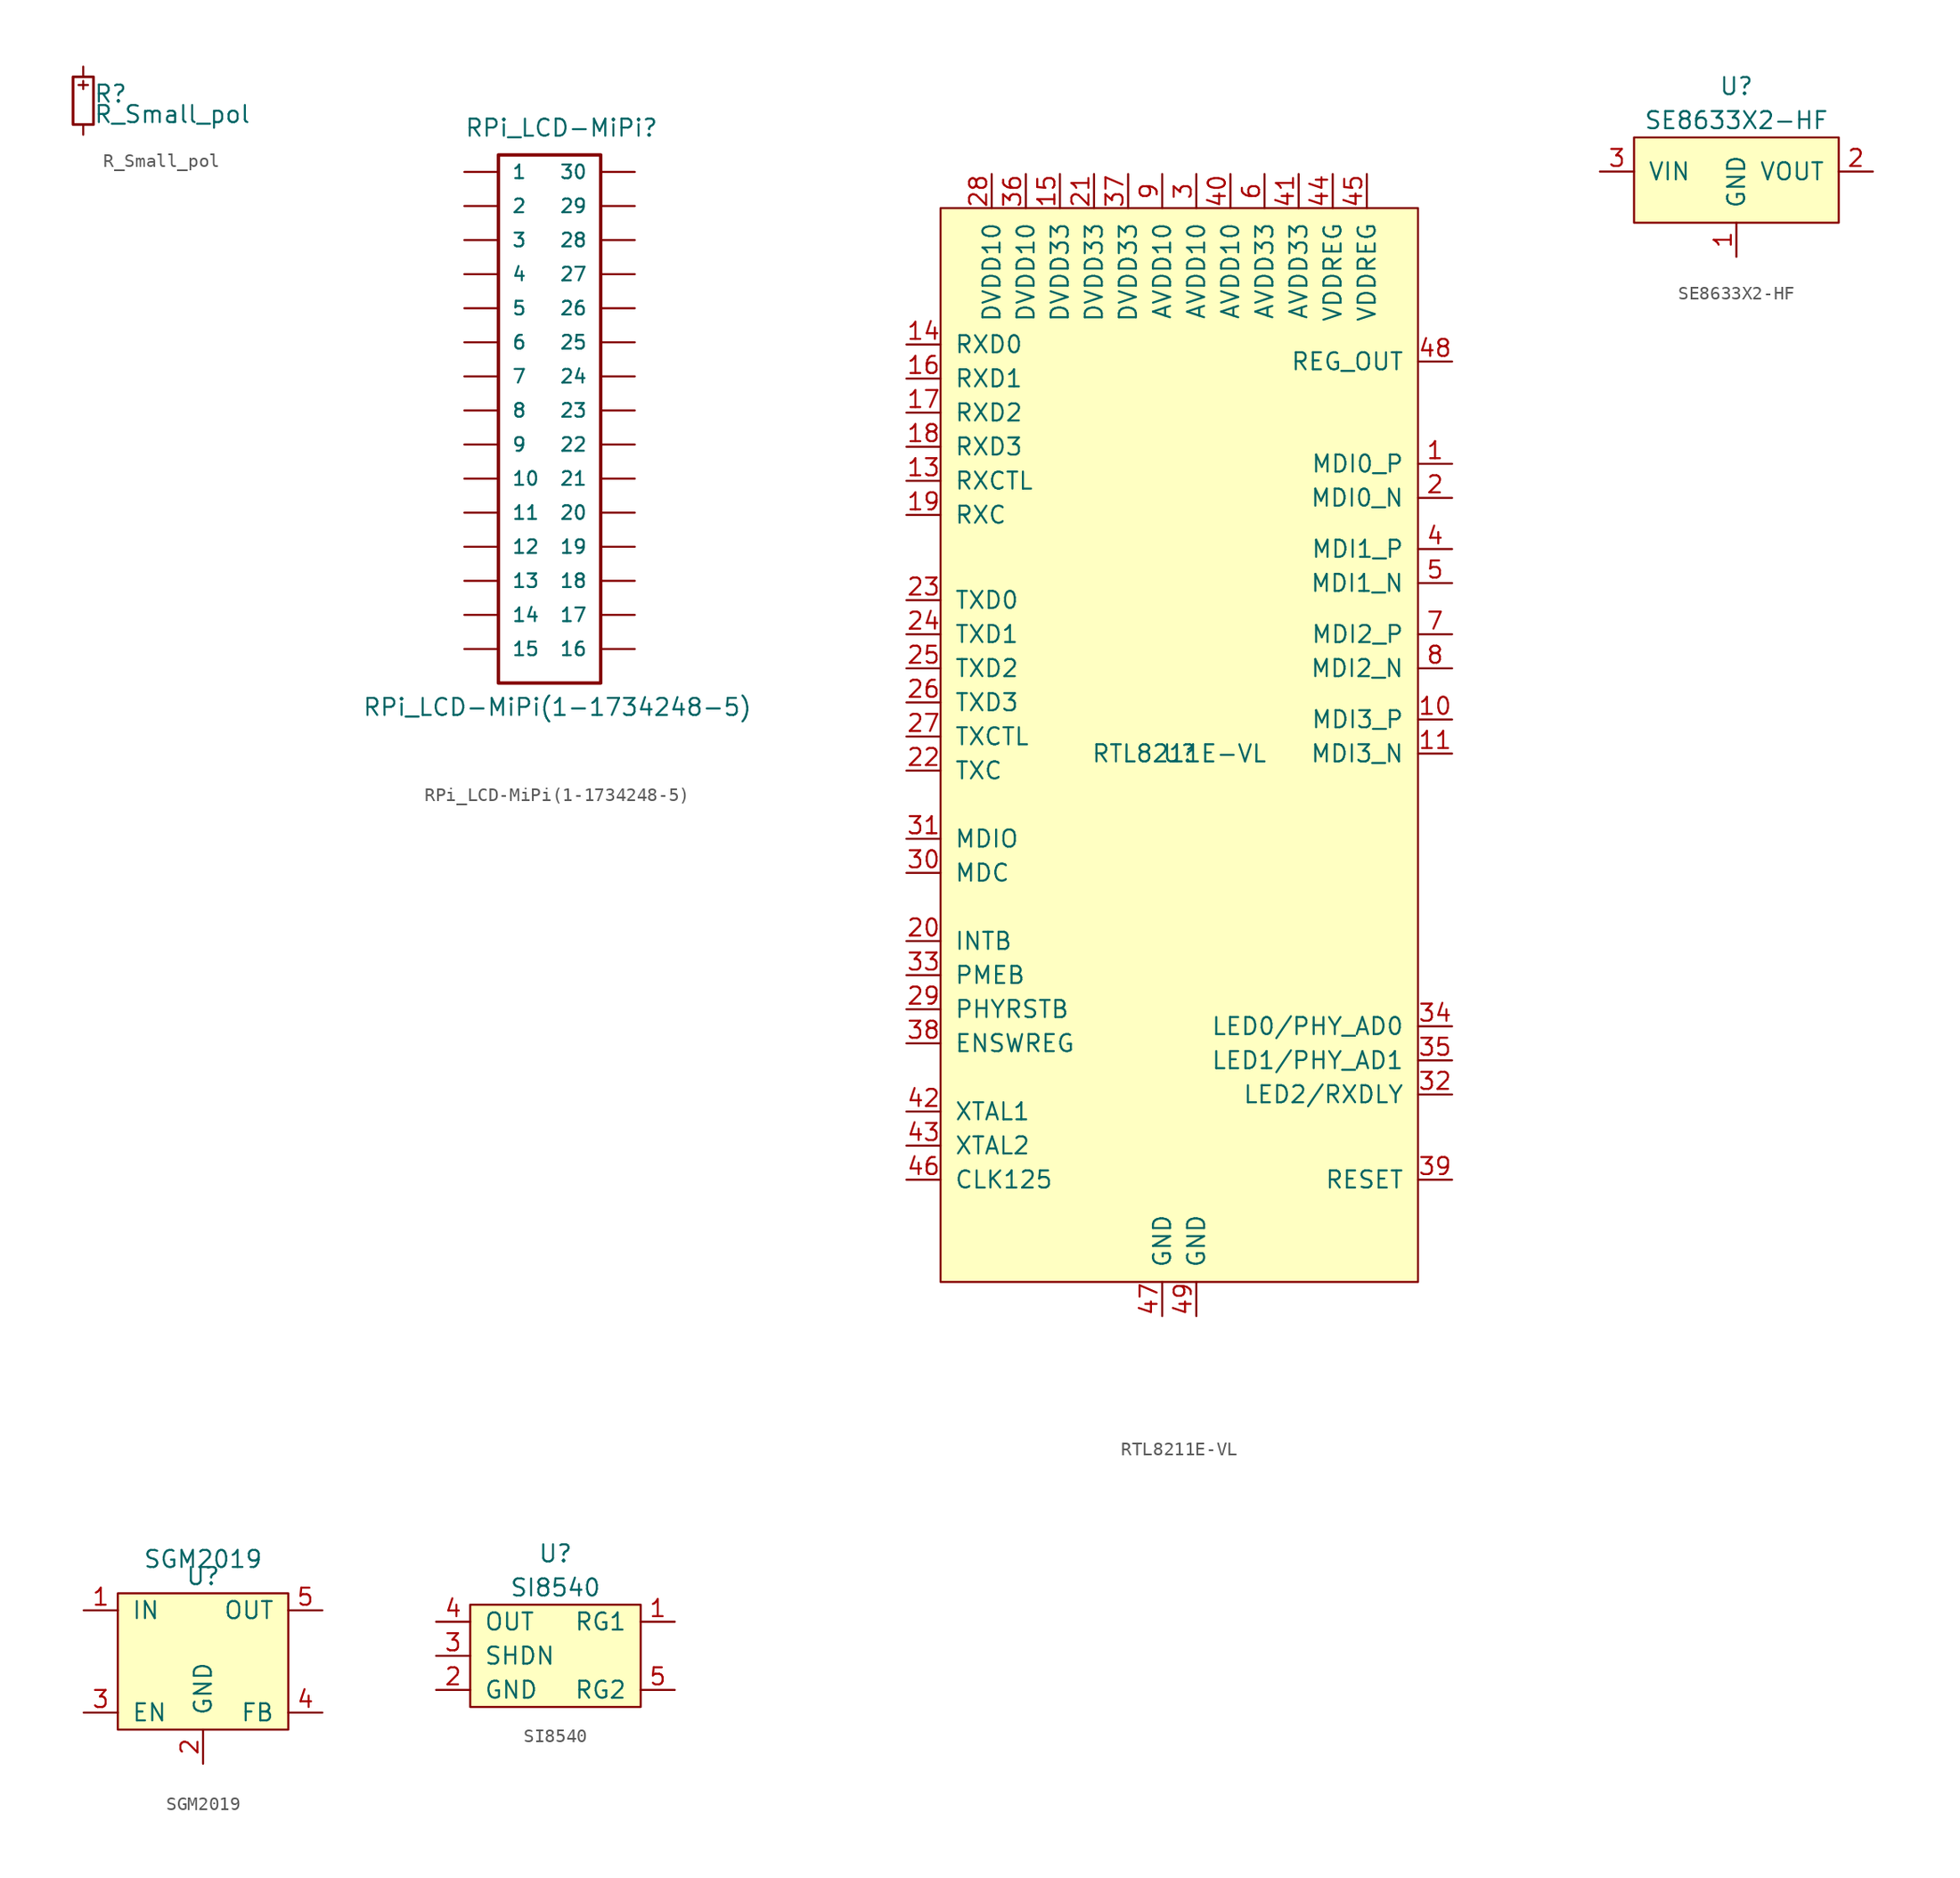
<source format=kicad_sym>
(kicad_symbol_lib
  (version 20211014)
  (generator kicad_symbol_editor)
  (symbol "R_Small_pol"
    (pin_numbers hide)
    (pin_names
      (offset 0.254) hide)
    (property "Reference" "R"
      (at 0.762 0.508 0)
      (effects (font (size 1.27 1.27)) (justify left)))
    (property "Value" "R_Small_pol"
      (at 0.762 -1.016 0)
      (effects (font (size 1.27 1.27)) (justify left)))
    (symbol "R_Small_pol_0_1"
      (rectangle (start -0.762 1.778) (end 0.762 -1.778) (stroke (width 0.203) (type default) (color 0 0 0 0)) (fill (type none)))
      (polyline (pts (xy -0.356 1.168) (xy 0.356 1.168)) (stroke (width 0) (type default) (color 0 0 0 0)) (fill (type none)))
      (polyline (pts (xy 0 1.473) (xy 0 0.864)) (stroke (width 0) (type default) (color 0 0 0 0)) (fill (type none))))
    (symbol "R_Small_pol_1_1"
      (pin passive line (at 0 2.54 270) (length 0.762) (name "~" (effects (font (size 1.27 1.27)))) (number "1" (effects (font (size 1.27 1.27)))))
      (pin passive line (at 0 -2.54 90) (length 0.762) (name "~" (effects (font (size 1.27 1.27)))) (number "2" (effects (font (size 1.27 1.27)))))))
  (symbol "RPi_LCD-MiPi(1-1734248-5)"
    (pin_numbers hide)
    (pin_names
      (offset 1.016))
    (property "Reference" "RPi_LCD-MiPi"
      (at -7.62 20.32 0)
      (effects (font (size 1.27 1.27)) (justify left bottom)))
    (property "Value" "RPi_LCD-MiPi(1-1734248-5)"
      (at -15.24 -22.86 0)
      (effects (font (size 1.27 1.27)) (justify left bottom)))
    (property "Datasheet" ""
      (at 0 -5.08 0)
      (effects (font (size 1.524 1.524))))
    (symbol "RPi_LCD-MiPi(1-1734248-5)_1_0"
      (rectangle (start -5.08 19.05) (end 2.54 -20.32) (stroke (width 0.254) (type default) (color 0 0 0 0)) (fill (type none))))
    (symbol "RPi_LCD-MiPi(1-1734248-5)_1_1"
      (pin passive line (at -7.62 17.78 0) (length 2.489) (name "1" (effects (font (size 1.016 1.016)))) (number "1" (effects (font (size 1.016 1.016)))))
      (pin passive line (at -7.62 -5.08 0) (length 2.489) (name "10" (effects (font (size 1.016 1.016)))) (number "10" (effects (font (size 1.016 1.016)))))
      (pin passive line (at -7.62 -7.62 0) (length 2.489) (name "11" (effects (font (size 1.016 1.016)))) (number "11" (effects (font (size 1.016 1.016)))))
      (pin passive line (at -7.62 -10.16 0) (length 2.489) (name "12" (effects (font (size 1.016 1.016)))) (number "12" (effects (font (size 1.016 1.016)))))
      (pin passive line (at -7.62 -12.7 0) (length 2.489) (name "13" (effects (font (size 1.016 1.016)))) (number "13" (effects (font (size 1.016 1.016)))))
      (pin passive line (at -7.62 -15.24 0) (length 2.489) (name "14" (effects (font (size 1.016 1.016)))) (number "14" (effects (font (size 1.016 1.016)))))
      (pin passive line (at -7.62 -17.78 0) (length 2.489) (name "15" (effects (font (size 1.016 1.016)))) (number "15" (effects (font (size 1.016 1.016)))))
      (pin passive line (at 5.08 -17.78 180) (length 2.489) (name "16" (effects (font (size 1.016 1.016)))) (number "16" (effects (font (size 1.016 1.016)))))
      (pin passive line (at 5.08 -15.24 180) (length 2.489) (name "17" (effects (font (size 1.016 1.016)))) (number "17" (effects (font (size 1.016 1.016)))))
      (pin passive line (at 5.08 -12.7 180) (length 2.489) (name "18" (effects (font (size 1.016 1.016)))) (number "18" (effects (font (size 1.016 1.016)))))
      (pin passive line (at 5.08 -10.16 180) (length 2.489) (name "19" (effects (font (size 1.016 1.016)))) (number "19" (effects (font (size 1.016 1.016)))))
      (pin passive line (at -7.62 15.24 0) (length 2.489) (name "2" (effects (font (size 1.016 1.016)))) (number "2" (effects (font (size 1.016 1.016)))))
      (pin passive line (at 5.08 -7.62 180) (length 2.489) (name "20" (effects (font (size 1.016 1.016)))) (number "20" (effects (font (size 1.016 1.016)))))
      (pin passive line (at 5.08 -5.08 180) (length 2.489) (name "21" (effects (font (size 1.016 1.016)))) (number "21" (effects (font (size 1.016 1.016)))))
      (pin passive line (at 5.08 -2.54 180) (length 2.489) (name "22" (effects (font (size 1.016 1.016)))) (number "22" (effects (font (size 1.016 1.016)))))
      (pin passive line (at 5.08 0 180) (length 2.489) (name "23" (effects (font (size 1.016 1.016)))) (number "23" (effects (font (size 1.016 1.016)))))
      (pin passive line (at 5.08 2.54 180) (length 2.489) (name "24" (effects (font (size 1.016 1.016)))) (number "24" (effects (font (size 1.016 1.016)))))
      (pin passive line (at 5.08 5.08 180) (length 2.489) (name "25" (effects (font (size 1.016 1.016)))) (number "25" (effects (font (size 1.016 1.016)))))
      (pin passive line (at 5.08 7.62 180) (length 2.489) (name "26" (effects (font (size 1.016 1.016)))) (number "26" (effects (font (size 1.016 1.016)))))
      (pin passive line (at 5.08 10.16 180) (length 2.489) (name "27" (effects (font (size 1.016 1.016)))) (number "27" (effects (font (size 1.016 1.016)))))
      (pin passive line (at 5.08 12.7 180) (length 2.489) (name "28" (effects (font (size 1.016 1.016)))) (number "28" (effects (font (size 1.016 1.016)))))
      (pin passive line (at 5.08 15.24 180) (length 2.489) (name "29" (effects (font (size 1.016 1.016)))) (number "29" (effects (font (size 1.016 1.016)))))
      (pin passive line (at -7.62 12.7 0) (length 2.489) (name "3" (effects (font (size 1.016 1.016)))) (number "3" (effects (font (size 1.016 1.016)))))
      (pin passive line (at 5.08 17.78 180) (length 2.489) (name "30" (effects (font (size 1.016 1.016)))) (number "30" (effects (font (size 1.016 1.016)))))
      (pin passive line (at -7.62 10.16 0) (length 2.489) (name "4" (effects (font (size 1.016 1.016)))) (number "4" (effects (font (size 1.016 1.016)))))
      (pin passive line (at -7.62 7.62 0) (length 2.489) (name "5" (effects (font (size 1.016 1.016)))) (number "5" (effects (font (size 1.016 1.016)))))
      (pin passive line (at -7.62 5.08 0) (length 2.489) (name "6" (effects (font (size 1.016 1.016)))) (number "6" (effects (font (size 1.016 1.016)))))
      (pin passive line (at -7.62 2.54 0) (length 2.489) (name "7" (effects (font (size 1.016 1.016)))) (number "7" (effects (font (size 1.016 1.016)))))
      (pin passive line (at -7.62 0 0) (length 2.489) (name "8" (effects (font (size 1.016 1.016)))) (number "8" (effects (font (size 1.016 1.016)))))
      (pin passive line (at -7.62 -2.54 0) (length 2.489) (name "9" (effects (font (size 1.016 1.016)))) (number "9" (effects (font (size 1.016 1.016)))))))
  (symbol "RTL8211E-VL"
    (pin_names
      (offset 1.016))
    (property "Reference" "U"
      (at 0 0 0)
      (effects (font (size 1.27 1.27))))
    (property "Value" "RTL8211E-VL"
      (at 0 0 0)
      (effects (font (size 1.27 1.27))))
    (symbol "RTL8211E-VL_0_1"
      (rectangle (start -17.78 40.64) (end 17.78 -39.37) (stroke (width 0) (type default) (color 0 0 0 0)) (fill (type background))))
    (symbol "RTL8211E-VL_1_1"
      (pin input line (at 20.32 21.59 180) (length 2.54) (name "MDI0_P" (effects (font (size 1.27 1.27)))) (number "1" (effects (font (size 1.27 1.27)))))
      (pin input line (at 20.32 2.54 180) (length 2.54) (name "MDI3_P" (effects (font (size 1.27 1.27)))) (number "10" (effects (font (size 1.27 1.27)))))
      (pin input line (at 20.32 0 180) (length 2.54) (name "MDI3_N" (effects (font (size 1.27 1.27)))) (number "11" (effects (font (size 1.27 1.27)))))
      (pin input line (at -20.32 20.32 0) (length 2.54) (name "RXCTL" (effects (font (size 1.27 1.27)))) (number "13" (effects (font (size 1.27 1.27)))))
      (pin input line (at -20.32 30.48 0) (length 2.54) (name "RXD0" (effects (font (size 1.27 1.27)))) (number "14" (effects (font (size 1.27 1.27)))))
      (pin input line (at -8.89 43.18 270) (length 2.54) (name "DVDD33" (effects (font (size 1.27 1.27)))) (number "15" (effects (font (size 1.27 1.27)))))
      (pin input line (at -20.32 27.94 0) (length 2.54) (name "RXD1" (effects (font (size 1.27 1.27)))) (number "16" (effects (font (size 1.27 1.27)))))
      (pin input line (at -20.32 25.4 0) (length 2.54) (name "RXD2" (effects (font (size 1.27 1.27)))) (number "17" (effects (font (size 1.27 1.27)))))
      (pin input line (at -20.32 22.86 0) (length 2.54) (name "RXD3" (effects (font (size 1.27 1.27)))) (number "18" (effects (font (size 1.27 1.27)))))
      (pin input line (at -20.32 17.78 0) (length 2.54) (name "RXC" (effects (font (size 1.27 1.27)))) (number "19" (effects (font (size 1.27 1.27)))))
      (pin input line (at 20.32 19.05 180) (length 2.54) (name "MDI0_N" (effects (font (size 1.27 1.27)))) (number "2" (effects (font (size 1.27 1.27)))))
      (pin input line (at -20.32 -13.97 0) (length 2.54) (name "INTB" (effects (font (size 1.27 1.27)))) (number "20" (effects (font (size 1.27 1.27)))))
      (pin input line (at -6.35 43.18 270) (length 2.54) (name "DVDD33" (effects (font (size 1.27 1.27)))) (number "21" (effects (font (size 1.27 1.27)))))
      (pin input line (at -20.32 -1.27 0) (length 2.54) (name "TXC" (effects (font (size 1.27 1.27)))) (number "22" (effects (font (size 1.27 1.27)))))
      (pin input line (at -20.32 11.43 0) (length 2.54) (name "TXD0" (effects (font (size 1.27 1.27)))) (number "23" (effects (font (size 1.27 1.27)))))
      (pin input line (at -20.32 8.89 0) (length 2.54) (name "TXD1" (effects (font (size 1.27 1.27)))) (number "24" (effects (font (size 1.27 1.27)))))
      (pin input line (at -20.32 6.35 0) (length 2.54) (name "TXD2" (effects (font (size 1.27 1.27)))) (number "25" (effects (font (size 1.27 1.27)))))
      (pin input line (at -20.32 3.81 0) (length 2.54) (name "TXD3" (effects (font (size 1.27 1.27)))) (number "26" (effects (font (size 1.27 1.27)))))
      (pin input line (at -20.32 1.27 0) (length 2.54) (name "TXCTL" (effects (font (size 1.27 1.27)))) (number "27" (effects (font (size 1.27 1.27)))))
      (pin input line (at -13.97 43.18 270) (length 2.54) (name "DVDD10" (effects (font (size 1.27 1.27)))) (number "28" (effects (font (size 1.27 1.27)))))
      (pin input line (at -20.32 -19.05 0) (length 2.54) (name "PHYRSTB" (effects (font (size 1.27 1.27)))) (number "29" (effects (font (size 1.27 1.27)))))
      (pin input line (at 1.27 43.18 270) (length 2.54) (name "AVDD10" (effects (font (size 1.27 1.27)))) (number "3" (effects (font (size 1.27 1.27)))))
      (pin input line (at -20.32 -8.89 0) (length 2.54) (name "MDC" (effects (font (size 1.27 1.27)))) (number "30" (effects (font (size 1.27 1.27)))))
      (pin input line (at -20.32 -6.35 0) (length 2.54) (name "MDIO" (effects (font (size 1.27 1.27)))) (number "31" (effects (font (size 1.27 1.27)))))
      (pin input line (at 20.32 -25.4 180) (length 2.54) (name "LED2/RXDLY" (effects (font (size 1.27 1.27)))) (number "32" (effects (font (size 1.27 1.27)))))
      (pin input line (at -20.32 -16.51 0) (length 2.54) (name "PMEB" (effects (font (size 1.27 1.27)))) (number "33" (effects (font (size 1.27 1.27)))))
      (pin input line (at 20.32 -20.32 180) (length 2.54) (name "LED0/PHY_AD0" (effects (font (size 1.27 1.27)))) (number "34" (effects (font (size 1.27 1.27)))))
      (pin input line (at 20.32 -22.86 180) (length 2.54) (name "LED1/PHY_AD1" (effects (font (size 1.27 1.27)))) (number "35" (effects (font (size 1.27 1.27)))))
      (pin input line (at -11.43 43.18 270) (length 2.54) (name "DVDD10" (effects (font (size 1.27 1.27)))) (number "36" (effects (font (size 1.27 1.27)))))
      (pin input line (at -3.81 43.18 270) (length 2.54) (name "DVDD33" (effects (font (size 1.27 1.27)))) (number "37" (effects (font (size 1.27 1.27)))))
      (pin input line (at -20.32 -21.59 0) (length 2.54) (name "ENSWREG" (effects (font (size 1.27 1.27)))) (number "38" (effects (font (size 1.27 1.27)))))
      (pin input line (at 20.32 -31.75 180) (length 2.54) (name "RESET" (effects (font (size 1.27 1.27)))) (number "39" (effects (font (size 1.27 1.27)))))
      (pin input line (at 20.32 15.24 180) (length 2.54) (name "MDI1_P" (effects (font (size 1.27 1.27)))) (number "4" (effects (font (size 1.27 1.27)))))
      (pin input line (at 3.81 43.18 270) (length 2.54) (name "AVDD10" (effects (font (size 1.27 1.27)))) (number "40" (effects (font (size 1.27 1.27)))))
      (pin input line (at 8.89 43.18 270) (length 2.54) (name "AVDD33" (effects (font (size 1.27 1.27)))) (number "41" (effects (font (size 1.27 1.27)))))
      (pin input line (at -20.32 -26.67 0) (length 2.54) (name "XTAL1" (effects (font (size 1.27 1.27)))) (number "42" (effects (font (size 1.27 1.27)))))
      (pin input line (at -20.32 -29.21 0) (length 2.54) (name "XTAL2" (effects (font (size 1.27 1.27)))) (number "43" (effects (font (size 1.27 1.27)))))
      (pin input line (at 11.43 43.18 270) (length 2.54) (name "VDDREG" (effects (font (size 1.27 1.27)))) (number "44" (effects (font (size 1.27 1.27)))))
      (pin input line (at 13.97 43.18 270) (length 2.54) (name "VDDREG" (effects (font (size 1.27 1.27)))) (number "45" (effects (font (size 1.27 1.27)))))
      (pin input line (at -20.32 -31.75 0) (length 2.54) (name "CLK125" (effects (font (size 1.27 1.27)))) (number "46" (effects (font (size 1.27 1.27)))))
      (pin input line (at -1.27 -41.91 90) (length 2.54) (name "GND" (effects (font (size 1.27 1.27)))) (number "47" (effects (font (size 1.27 1.27)))))
      (pin input line (at 20.32 29.21 180) (length 2.54) (name "REG_OUT" (effects (font (size 1.27 1.27)))) (number "48" (effects (font (size 1.27 1.27)))))
      (pin input line (at 1.27 -41.91 90) (length 2.54) (name "GND" (effects (font (size 1.27 1.27)))) (number "49" (effects (font (size 1.27 1.27)))))
      (pin input line (at 20.32 12.7 180) (length 2.54) (name "MDI1_N" (effects (font (size 1.27 1.27)))) (number "5" (effects (font (size 1.27 1.27)))))
      (pin input line (at 6.35 43.18 270) (length 2.54) (name "AVDD33" (effects (font (size 1.27 1.27)))) (number "6" (effects (font (size 1.27 1.27)))))
      (pin input line (at 20.32 8.89 180) (length 2.54) (name "MDI2_P" (effects (font (size 1.27 1.27)))) (number "7" (effects (font (size 1.27 1.27)))))
      (pin input line (at 20.32 6.35 180) (length 2.54) (name "MDI2_N" (effects (font (size 1.27 1.27)))) (number "8" (effects (font (size 1.27 1.27)))))
      (pin input line (at -1.27 43.18 270) (length 2.54) (name "AVDD10" (effects (font (size 1.27 1.27)))) (number "9" (effects (font (size 1.27 1.27)))))))
  (symbol "SE8633X2-HF"
    (pin_names
      (offset 1.016))
    (property "Reference" "U"
      (at 0 6.35 0)
      (effects (font (size 1.27 1.27))))
    (property "Value" "SE8633X2-HF"
      (at 0 3.81 0)
      (effects (font (size 1.27 1.27))))
    (symbol "SE8633X2-HF_0_1"
      (rectangle (start -7.62 2.54) (end 7.62 -3.81) (stroke (width 0) (type default) (color 0 0 0 0)) (fill (type background))))
    (symbol "SE8633X2-HF_1_1"
      (pin input line (at 0 -6.35 90) (length 2.54) (name "GND" (effects (font (size 1.27 1.27)))) (number "1" (effects (font (size 1.27 1.27)))))
      (pin input line (at 10.16 0 180) (length 2.54) (name "VOUT" (effects (font (size 1.27 1.27)))) (number "2" (effects (font (size 1.27 1.27)))))
      (pin input line (at -10.16 0 0) (length 2.54) (name "VIN" (effects (font (size 1.27 1.27)))) (number "3" (effects (font (size 1.27 1.27)))))))
  (symbol "SGM2019"
    (pin_names
      (offset 1.016))
    (property "Reference" "U"
      (at 0 6.35 0)
      (effects (font (size 1.27 1.27))))
    (property "Value" "SGM2019"
      (at 0 7.62 0)
      (effects (font (size 1.27 1.27))))
    (symbol "SGM2019_0_1"
      (rectangle (start -6.35 5.08) (end 6.35 -5.08) (stroke (width 0) (type default) (color 0 0 0 0)) (fill (type background))))
    (symbol "SGM2019_1_1"
      (pin input line (at -8.89 3.81 0) (length 2.54) (name "IN" (effects (font (size 1.27 1.27)))) (number "1" (effects (font (size 1.27 1.27)))))
      (pin input line (at 0 -7.62 90) (length 2.54) (name "GND" (effects (font (size 1.27 1.27)))) (number "2" (effects (font (size 1.27 1.27)))))
      (pin input line (at -8.89 -3.81 0) (length 2.54) (name "EN" (effects (font (size 1.27 1.27)))) (number "3" (effects (font (size 1.27 1.27)))))
      (pin input line (at 8.89 -3.81 180) (length 2.54) (name "FB" (effects (font (size 1.27 1.27)))) (number "4" (effects (font (size 1.27 1.27)))))
      (pin input line (at 8.89 3.81 180) (length 2.54) (name "OUT" (effects (font (size 1.27 1.27)))) (number "5" (effects (font (size 1.27 1.27)))))))
  (symbol "SI8540"
    (pin_names
      (offset 1.016))
    (property "Reference" "U"
      (at 0 7.62 0)
      (effects (font (size 1.27 1.27))))
    (property "Value" "SI8540"
      (at 0 5.08 0)
      (effects (font (size 1.27 1.27))))
    (symbol "SI8540_0_1"
      (rectangle (start -6.35 3.81) (end 6.35 -3.81) (stroke (width 0) (type default) (color 0 0 0 0)) (fill (type background))))
    (symbol "SI8540_1_1"
      (pin input line (at 8.89 2.54 180) (length 2.54) (name "RG1" (effects (font (size 1.27 1.27)))) (number "1" (effects (font (size 1.27 1.27)))))
      (pin input line (at -8.89 -2.54 0) (length 2.54) (name "GND" (effects (font (size 1.27 1.27)))) (number "2" (effects (font (size 1.27 1.27)))))
      (pin input line (at -8.89 0 0) (length 2.54) (name "SHDN" (effects (font (size 1.27 1.27)))) (number "3" (effects (font (size 1.27 1.27)))))
      (pin input line (at -8.89 2.54 0) (length 2.54) (name "OUT" (effects (font (size 1.27 1.27)))) (number "4" (effects (font (size 1.27 1.27)))))
      (pin input line (at 8.89 -2.54 180) (length 2.54) (name "RG2" (effects (font (size 1.27 1.27)))) (number "5" (effects (font (size 1.27 1.27))))))))
</source>
